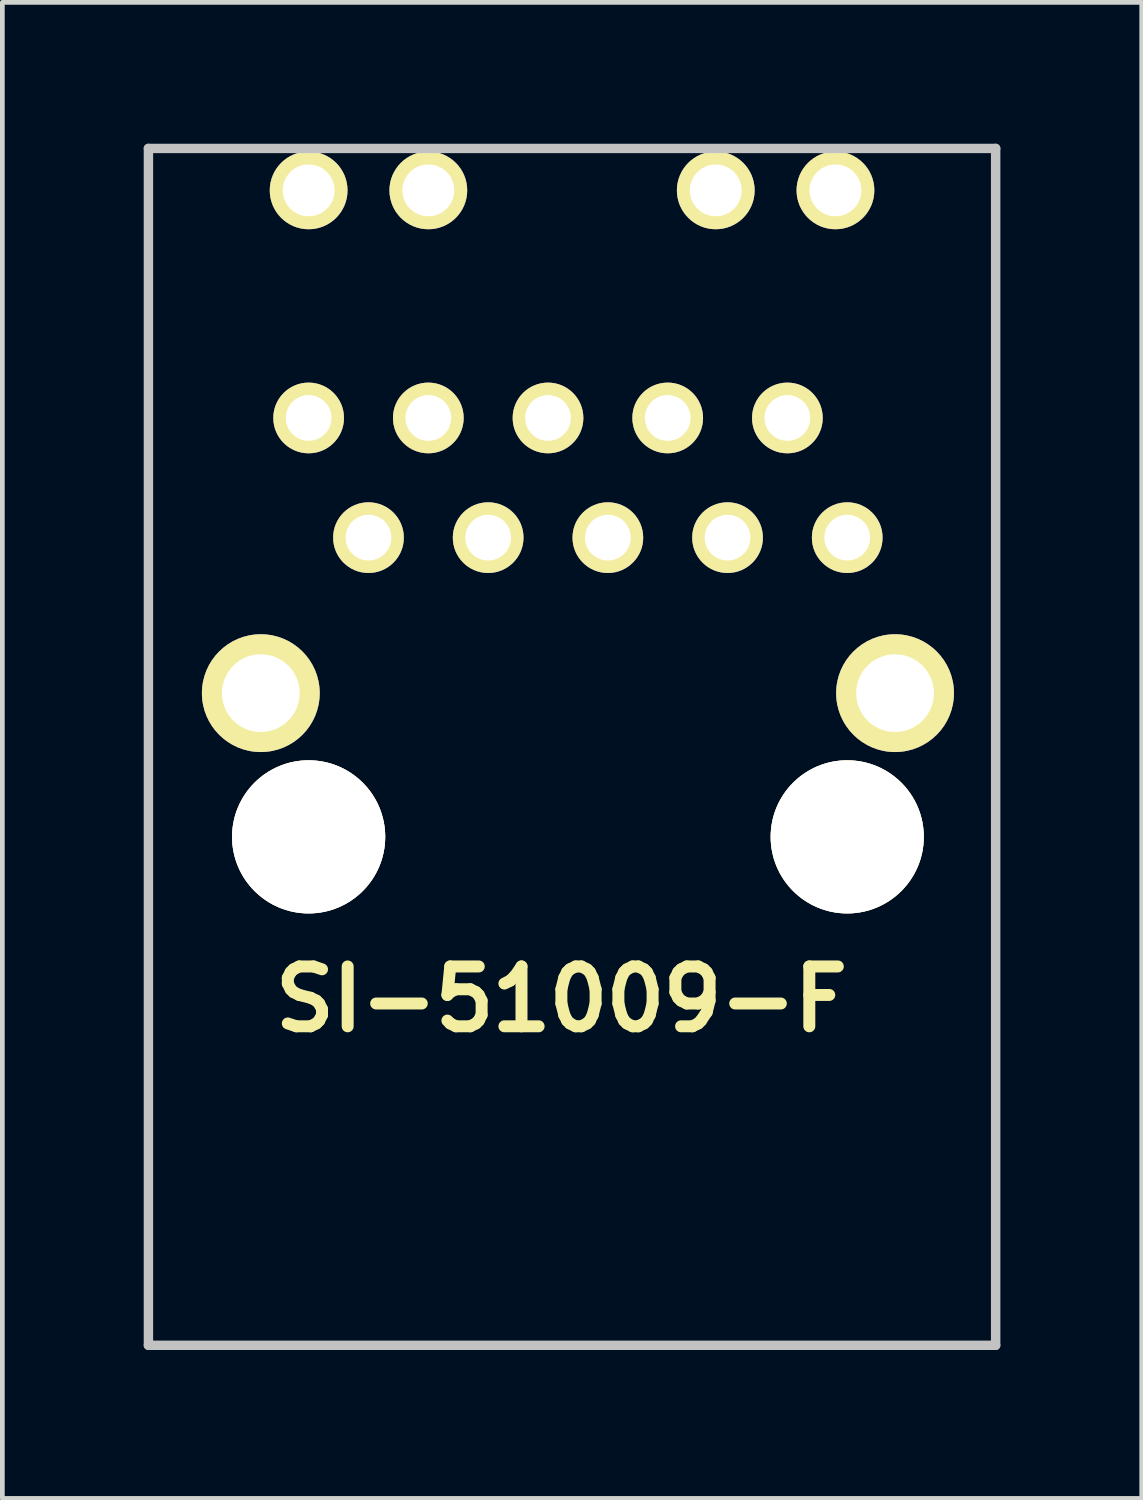
<source format=kicad_pcb>
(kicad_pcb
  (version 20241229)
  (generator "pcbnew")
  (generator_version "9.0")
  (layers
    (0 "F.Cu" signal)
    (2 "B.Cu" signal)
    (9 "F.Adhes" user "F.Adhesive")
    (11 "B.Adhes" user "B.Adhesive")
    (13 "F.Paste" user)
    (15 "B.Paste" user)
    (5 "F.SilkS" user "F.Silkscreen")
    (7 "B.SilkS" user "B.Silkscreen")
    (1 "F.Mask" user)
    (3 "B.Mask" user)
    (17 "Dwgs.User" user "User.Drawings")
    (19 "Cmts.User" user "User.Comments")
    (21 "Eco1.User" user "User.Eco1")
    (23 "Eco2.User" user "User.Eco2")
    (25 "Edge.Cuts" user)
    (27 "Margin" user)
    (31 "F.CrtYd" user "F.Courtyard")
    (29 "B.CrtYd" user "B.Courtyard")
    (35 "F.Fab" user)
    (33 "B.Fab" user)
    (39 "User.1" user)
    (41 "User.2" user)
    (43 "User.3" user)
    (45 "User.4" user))
  (footprint "SI-51009-F"
    (layer "F.Cu")
    (at 9.09 25.5)
    (property "Reference" "SI-51009-F" (at -0.226 -7.344 0) (layer "F.SilkS") (effects (font (size 1.27 1.27) (thickness 0.254))))
    (attr through_hole)
    (fp_line (start -8.99 -25.4) (end 8.99 -25.4) (stroke (width 0.2) (type solid)) (layer "Dwgs.User"))
    (fp_line (start -8.99 0) (end -8.99 -25.4) (stroke (width 0.2) (type solid)) (layer "Dwgs.User"))
    (fp_line (start 8.99 -25.4) (end 8.99 0) (stroke (width 0.2) (type solid)) (layer "Dwgs.User"))
    (fp_line (start 8.99 0) (end -8.99 0) (stroke (width 0.2) (type solid)) (layer "Dwgs.User"))
    (pad "1" thru_hole circle (at 5.84 -17.14 90) (size 1.5 1.5) (drill 0.97) (layers "*.Cu" "*.Mask" "F.SilkS"))
    (pad "2" thru_hole circle (at 4.57 -19.68 90) (size 1.5 1.5) (drill 0.97) (layers "*.Cu" "*.Mask" "F.SilkS"))
    (pad "3" thru_hole circle (at 3.3 -17.14 90) (size 1.5 1.5) (drill 0.97) (layers "*.Cu" "*.Mask" "F.SilkS"))
    (pad "4" thru_hole circle (at 2.03 -19.68 90) (size 1.5 1.5) (drill 0.97) (layers "*.Cu" "*.Mask" "F.SilkS"))
    (pad "5" thru_hole circle (at 0.76 -17.14 90) (size 1.5 1.5) (drill 0.97) (layers "*.Cu" "*.Mask" "F.SilkS"))
    (pad "6" thru_hole circle (at -0.51 -19.68 90) (size 1.5 1.5) (drill 0.97) (layers "*.Cu" "*.Mask" "F.SilkS"))
    (pad "7" thru_hole circle (at -1.78 -17.14 90) (size 1.5 1.5) (drill 0.97) (layers "*.Cu" "*.Mask" "F.SilkS"))
    (pad "8" thru_hole circle (at -3.05 -19.68 90) (size 1.5 1.5) (drill 0.97) (layers "*.Cu" "*.Mask" "F.SilkS"))
    (pad "9" thru_hole circle (at -4.32 -17.14 90) (size 1.5 1.5) (drill 0.97) (layers "*.Cu" "*.Mask" "F.SilkS"))
    (pad "10" thru_hole circle (at -5.59 -19.68 90) (size 1.5 1.5) (drill 0.97) (layers "*.Cu" "*.Mask" "F.SilkS"))
    (pad "11" thru_hole circle (at -5.59 -10.79 90) (size 3.25 3.25) (drill 3.25) (layers "*.Cu" "*.Mask" "F.SilkS"))
    (pad "12" thru_hole circle (at 5.84 -10.79 90) (size 3.25 3.25) (drill 3.25) (layers "*.Cu" "*.Mask" "F.SilkS"))
    (pad "13" thru_hole circle (at 5.59 -24.51 90) (size 1.65 1.65) (drill 1.1) (layers "*.Cu" "*.Mask" "F.SilkS"))
    (pad "14" thru_hole circle (at 3.05 -24.51 90) (size 1.65 1.65) (drill 1.1) (layers "*.Cu" "*.Mask" "F.SilkS"))
    (pad "15" thru_hole circle (at -3.05 -24.51 90) (size 1.65 1.65) (drill 1.1) (layers "*.Cu" "*.Mask" "F.SilkS"))
    (pad "16" thru_hole circle (at -5.59 -24.51 90) (size 1.65 1.65) (drill 1.1) (layers "*.Cu" "*.Mask" "F.SilkS"))
    (pad "17" thru_hole circle (at -6.605 -13.84 90) (size 2.5 2.5) (drill 1.65) (layers "*.Cu" "*.Mask" "F.SilkS"))
    (pad "18" thru_hole circle (at 6.855 -13.84 90) (size 2.5 2.5) (drill 1.65) (layers "*.Cu" "*.Mask" "F.SilkS")))
  (gr_rect
    (start -3 -3)
    (end 21.18 28.75)
    (stroke (width 0.1) (type default))
    (fill no)
    (layer "Edge.Cuts")))
</source>
